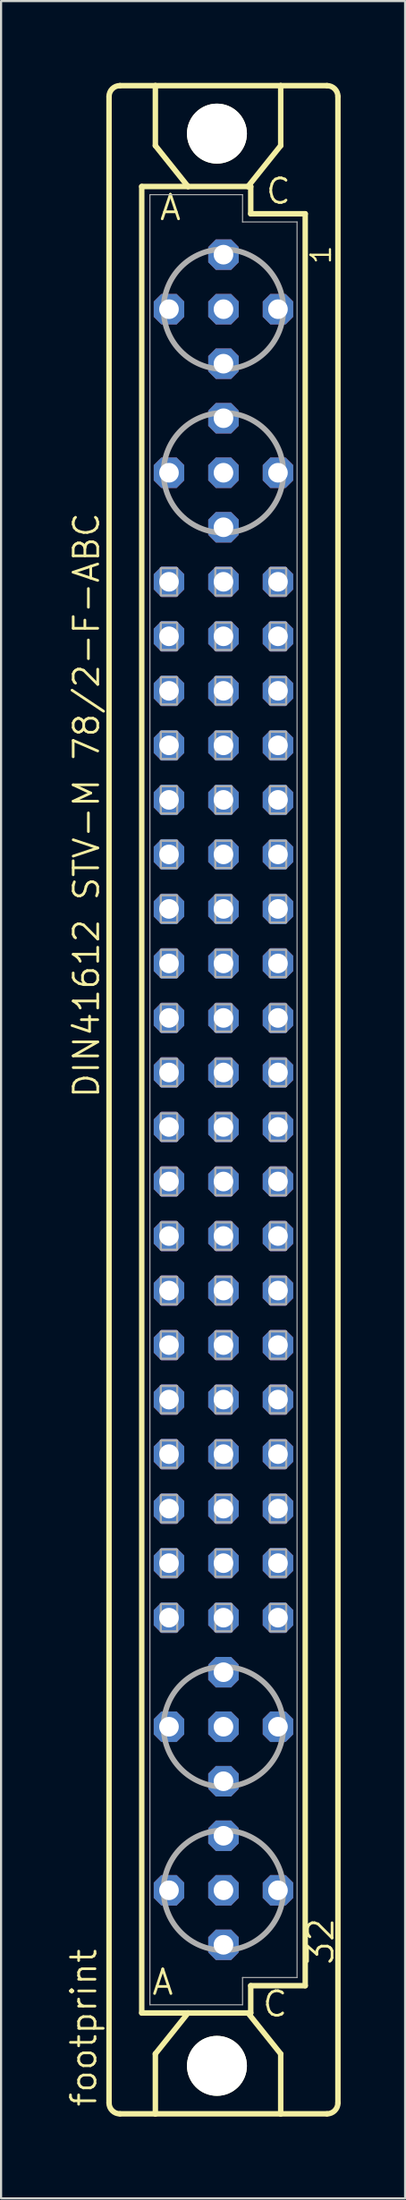
<source format=kicad_pcb>
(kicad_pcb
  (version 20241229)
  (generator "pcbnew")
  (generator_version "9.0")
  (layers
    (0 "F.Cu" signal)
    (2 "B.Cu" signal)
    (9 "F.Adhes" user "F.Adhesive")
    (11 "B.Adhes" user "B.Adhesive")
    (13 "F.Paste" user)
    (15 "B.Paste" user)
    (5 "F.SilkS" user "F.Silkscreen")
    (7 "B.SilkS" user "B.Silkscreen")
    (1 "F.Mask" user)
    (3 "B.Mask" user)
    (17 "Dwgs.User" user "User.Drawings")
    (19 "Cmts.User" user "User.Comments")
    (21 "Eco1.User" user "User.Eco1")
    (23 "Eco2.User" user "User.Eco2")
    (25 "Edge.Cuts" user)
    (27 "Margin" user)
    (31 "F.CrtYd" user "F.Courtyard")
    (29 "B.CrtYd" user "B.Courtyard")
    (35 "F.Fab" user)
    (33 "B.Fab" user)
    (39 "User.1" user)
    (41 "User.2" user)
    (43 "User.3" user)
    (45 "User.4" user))
  (footprint "footprint"
    (layer "F.Cu")
    (at 7.366 48.184)
    (property "Reference" "footprint" (at -5.842 46.99 90) (layer "F.SilkS") (effects (font (size 1.143 1.143) (thickness 0.127)) (justify left bottom)))
    (fp_line (start -5.334 46.736) (end -5.334 -46.736) (stroke (width 0.254) (type solid)) (layer "F.SilkS"))
    (fp_line (start -4.826 -47.244) (end -3.175 -47.244) (stroke (width 0.254) (type solid)) (layer "F.SilkS"))
    (fp_line (start -4.826 47.244) (end -3.175 47.244) (stroke (width 0.254) (type solid)) (layer "F.SilkS"))
    (fp_line (start -3.81 -42.545) (end -3.81 42.545) (stroke (width 0.254) (type solid)) (layer "F.SilkS"))
    (fp_line (start -3.81 42.545) (end -1.651 42.545) (stroke (width 0.254) (type solid)) (layer "F.SilkS"))
    (fp_line (start -3.175 -47.244) (end -3.175 -44.45) (stroke (width 0.254) (type solid)) (layer "F.SilkS"))
    (fp_line (start -3.175 47.244) (end -3.175 44.45) (stroke (width 0.254) (type solid)) (layer "F.SilkS"))
    (fp_line (start -3.175 47.244) (end 2.667 47.244) (stroke (width 0.254) (type solid)) (layer "F.SilkS"))
    (fp_line (start -1.651 -42.545) (end -3.81 -42.545) (stroke (width 0.254) (type solid)) (layer "F.SilkS"))
    (fp_line (start -1.651 -42.545) (end -3.175 -44.45) (stroke (width 0.254) (type solid)) (layer "F.SilkS"))
    (fp_line (start -1.651 42.545) (end -3.175 44.45) (stroke (width 0.254) (type solid)) (layer "F.SilkS"))
    (fp_line (start -1.651 42.545) (end 1.143 42.545) (stroke (width 0.254) (type solid)) (layer "F.SilkS"))
    (fp_line (start 1.143 -42.545) (end -1.651 -42.545) (stroke (width 0.254) (type solid)) (layer "F.SilkS"))
    (fp_line (start 1.143 -42.545) (end 2.667 -44.45) (stroke (width 0.254) (type solid)) (layer "F.SilkS"))
    (fp_line (start 1.143 42.545) (end 1.27 42.545) (stroke (width 0.254) (type solid)) (layer "F.SilkS"))
    (fp_line (start 1.143 42.545) (end 2.667 44.45) (stroke (width 0.254) (type solid)) (layer "F.SilkS"))
    (fp_line (start 1.27 -42.545) (end 1.143 -42.545) (stroke (width 0.254) (type solid)) (layer "F.SilkS"))
    (fp_line (start 1.27 -41.275) (end 1.27 -42.545) (stroke (width 0.254) (type solid)) (layer "F.SilkS"))
    (fp_line (start 1.27 41.275) (end 3.81 41.275) (stroke (width 0.254) (type solid)) (layer "F.SilkS"))
    (fp_line (start 1.27 42.545) (end 1.27 41.275) (stroke (width 0.254) (type solid)) (layer "F.SilkS"))
    (fp_line (start 2.667 -47.244) (end -3.175 -47.244) (stroke (width 0.254) (type solid)) (layer "F.SilkS"))
    (fp_line (start 2.667 -47.244) (end 2.667 -44.45) (stroke (width 0.254) (type solid)) (layer "F.SilkS"))
    (fp_line (start 2.667 47.244) (end 2.667 44.45) (stroke (width 0.254) (type solid)) (layer "F.SilkS"))
    (fp_line (start 2.667 47.244) (end 4.826 47.244) (stroke (width 0.254) (type solid)) (layer "F.SilkS"))
    (fp_line (start 3.81 -41.275) (end 1.27 -41.275) (stroke (width 0.254) (type solid)) (layer "F.SilkS"))
    (fp_line (start 3.81 41.275) (end 3.81 -41.275) (stroke (width 0.254) (type solid)) (layer "F.SilkS"))
    (fp_line (start 4.826 -47.244) (end 2.667 -47.244) (stroke (width 0.254) (type solid)) (layer "F.SilkS"))
    (fp_line (start 5.334 46.736) (end 5.334 -46.736) (stroke (width 0.254) (type solid)) (layer "F.SilkS"))
    (fp_arc (start -5.334 -46.736) (mid -5.18521 -47.09521) (end -4.826 -47.244) (stroke (width 0.254) (type solid)) (layer "F.SilkS"))
    (fp_arc (start -4.826 47.244) (mid -5.18521 47.09521) (end -5.334 46.736) (stroke (width 0.254) (type solid)) (layer "F.SilkS"))
    (fp_arc (start 4.826 -47.244) (mid 5.18521 -47.09521) (end 5.334 -46.736) (stroke (width 0.254) (type solid)) (layer "F.SilkS"))
    (fp_arc (start 5.334 46.736) (mid 5.18521 47.09521) (end 4.826 47.244) (stroke (width 0.254) (type solid)) (layer "F.SilkS"))
    (fp_circle (center -0.305 -45.009) (end 0.965 -45.009) (stroke (width 0.254) (type solid)) (fill no) (layer "F.SilkS"))
    (fp_circle (center -0.305 45.009) (end 0.965 45.009) (stroke (width 0.254) (type solid)) (fill no) (layer "F.SilkS"))
    (fp_line (start -3.429 -42.164) (end -3.429 42.164) (stroke (width 0.051) (type solid)) (layer "F.Fab"))
    (fp_line (start -3.429 -42.164) (end 0.889 -42.164) (stroke (width 0.051) (type solid)) (layer "F.Fab"))
    (fp_line (start -3.429 42.164) (end 0.889 42.164) (stroke (width 0.051) (type solid)) (layer "F.Fab"))
    (fp_line (start 0.889 -42.164) (end 0.889 -40.894) (stroke (width 0.051) (type solid)) (layer "F.Fab"))
    (fp_line (start 0.889 -40.894) (end 3.429 -40.894) (stroke (width 0.051) (type solid)) (layer "F.Fab"))
    (fp_line (start 0.889 40.894) (end 3.429 40.894) (stroke (width 0.051) (type solid)) (layer "F.Fab"))
    (fp_line (start 0.889 42.164) (end 0.889 40.894) (stroke (width 0.051) (type solid)) (layer "F.Fab"))
    (fp_line (start 3.429 -40.894) (end 3.429 40.894) (stroke (width 0.051) (type solid)) (layer "F.Fab"))
    (fp_circle (center 0 -36.83) (end 2.794 -36.83) (stroke (width 0.254) (type solid)) (fill no) (layer "F.Fab"))
    (fp_circle (center 0 -29.21) (end 2.794 -29.21) (stroke (width 0.254) (type solid)) (fill no) (layer "F.Fab"))
    (fp_circle (center 0 29.21) (end 2.794 29.21) (stroke (width 0.254) (type solid)) (fill no) (layer "F.Fab"))
    (fp_circle (center 0 36.83) (end 2.794 36.83) (stroke (width 0.254) (type solid)) (fill no) (layer "F.Fab"))
    (fp_poly (pts (xy -2.921 -23.495) (xy -2.159 -23.495) (xy -2.159 -24.765) (xy -2.921 -24.765)) (stroke (width 0.1) (type solid)) (fill no) (layer "F.Fab"))
    (fp_poly (pts (xy -2.921 -20.955) (xy -2.159 -20.955) (xy -2.159 -22.225) (xy -2.921 -22.225)) (stroke (width 0.1) (type solid)) (fill no) (layer "F.Fab"))
    (fp_poly (pts (xy -2.921 -18.415) (xy -2.159 -18.415) (xy -2.159 -19.685) (xy -2.921 -19.685)) (stroke (width 0.1) (type solid)) (fill no) (layer "F.Fab"))
    (fp_poly (pts (xy -2.921 -15.875) (xy -2.159 -15.875) (xy -2.159 -17.145) (xy -2.921 -17.145)) (stroke (width 0.1) (type solid)) (fill no) (layer "F.Fab"))
    (fp_poly (pts (xy -2.921 -13.335) (xy -2.159 -13.335) (xy -2.159 -14.605) (xy -2.921 -14.605)) (stroke (width 0.1) (type solid)) (fill no) (layer "F.Fab"))
    (fp_poly (pts (xy -2.921 -10.795) (xy -2.159 -10.795) (xy -2.159 -12.065) (xy -2.921 -12.065)) (stroke (width 0.1) (type solid)) (fill no) (layer "F.Fab"))
    (fp_poly (pts (xy -2.921 -8.255) (xy -2.159 -8.255) (xy -2.159 -9.525) (xy -2.921 -9.525)) (stroke (width 0.1) (type solid)) (fill no) (layer "F.Fab"))
    (fp_poly (pts (xy -2.921 -5.715) (xy -2.159 -5.715) (xy -2.159 -6.985) (xy -2.921 -6.985)) (stroke (width 0.1) (type solid)) (fill no) (layer "F.Fab"))
    (fp_poly (pts (xy -2.921 -3.175) (xy -2.159 -3.175) (xy -2.159 -4.445) (xy -2.921 -4.445)) (stroke (width 0.1) (type solid)) (fill no) (layer "F.Fab"))
    (fp_poly (pts (xy -2.921 -0.635) (xy -2.159 -0.635) (xy -2.159 -1.905) (xy -2.921 -1.905)) (stroke (width 0.1) (type solid)) (fill no) (layer "F.Fab"))
    (fp_poly (pts (xy -2.921 1.905) (xy -2.159 1.905) (xy -2.159 0.635) (xy -2.921 0.635)) (stroke (width 0.1) (type solid)) (fill no) (layer "F.Fab"))
    (fp_poly (pts (xy -2.921 4.445) (xy -2.159 4.445) (xy -2.159 3.175) (xy -2.921 3.175)) (stroke (width 0.1) (type solid)) (fill no) (layer "F.Fab"))
    (fp_poly (pts (xy -2.921 6.985) (xy -2.159 6.985) (xy -2.159 5.715) (xy -2.921 5.715)) (stroke (width 0.1) (type solid)) (fill no) (layer "F.Fab"))
    (fp_poly (pts (xy -2.921 9.525) (xy -2.159 9.525) (xy -2.159 8.255) (xy -2.921 8.255)) (stroke (width 0.1) (type solid)) (fill no) (layer "F.Fab"))
    (fp_poly (pts (xy -2.921 12.065) (xy -2.159 12.065) (xy -2.159 10.795) (xy -2.921 10.795)) (stroke (width 0.1) (type solid)) (fill no) (layer "F.Fab"))
    (fp_poly (pts (xy -2.921 14.605) (xy -2.159 14.605) (xy -2.159 13.335) (xy -2.921 13.335)) (stroke (width 0.1) (type solid)) (fill no) (layer "F.Fab"))
    (fp_poly (pts (xy -2.921 17.145) (xy -2.159 17.145) (xy -2.159 15.875) (xy -2.921 15.875)) (stroke (width 0.1) (type solid)) (fill no) (layer "F.Fab"))
    (fp_poly (pts (xy -2.921 19.685) (xy -2.159 19.685) (xy -2.159 18.415) (xy -2.921 18.415)) (stroke (width 0.1) (type solid)) (fill no) (layer "F.Fab"))
    (fp_poly (pts (xy -2.921 22.225) (xy -2.159 22.225) (xy -2.159 20.955) (xy -2.921 20.955)) (stroke (width 0.1) (type solid)) (fill no) (layer "F.Fab"))
    (fp_poly (pts (xy -2.921 24.765) (xy -2.159 24.765) (xy -2.159 23.495) (xy -2.921 23.495)) (stroke (width 0.1) (type solid)) (fill no) (layer "F.Fab"))
    (fp_poly (pts (xy -0.381 -23.495) (xy 0.381 -23.495) (xy 0.381 -24.765) (xy -0.381 -24.765)) (stroke (width 0.1) (type solid)) (fill no) (layer "F.Fab"))
    (fp_poly (pts (xy -0.381 -20.955) (xy 0.381 -20.955) (xy 0.381 -22.225) (xy -0.381 -22.225)) (stroke (width 0.1) (type solid)) (fill no) (layer "F.Fab"))
    (fp_poly (pts (xy -0.381 -18.415) (xy 0.381 -18.415) (xy 0.381 -19.685) (xy -0.381 -19.685)) (stroke (width 0.1) (type solid)) (fill no) (layer "F.Fab"))
    (fp_poly (pts (xy -0.381 -15.875) (xy 0.381 -15.875) (xy 0.381 -17.145) (xy -0.381 -17.145)) (stroke (width 0.1) (type solid)) (fill no) (layer "F.Fab"))
    (fp_poly (pts (xy -0.381 -13.335) (xy 0.381 -13.335) (xy 0.381 -14.605) (xy -0.381 -14.605)) (stroke (width 0.1) (type solid)) (fill no) (layer "F.Fab"))
    (fp_poly (pts (xy -0.381 -10.795) (xy 0.381 -10.795) (xy 0.381 -12.065) (xy -0.381 -12.065)) (stroke (width 0.1) (type solid)) (fill no) (layer "F.Fab"))
    (fp_poly (pts (xy -0.381 -8.255) (xy 0.381 -8.255) (xy 0.381 -9.525) (xy -0.381 -9.525)) (stroke (width 0.1) (type solid)) (fill no) (layer "F.Fab"))
    (fp_poly (pts (xy -0.381 -5.715) (xy 0.381 -5.715) (xy 0.381 -6.985) (xy -0.381 -6.985)) (stroke (width 0.1) (type solid)) (fill no) (layer "F.Fab"))
    (fp_poly (pts (xy -0.381 -3.175) (xy 0.381 -3.175) (xy 0.381 -4.445) (xy -0.381 -4.445)) (stroke (width 0.1) (type solid)) (fill no) (layer "F.Fab"))
    (fp_poly (pts (xy -0.381 -0.635) (xy 0.381 -0.635) (xy 0.381 -1.905) (xy -0.381 -1.905)) (stroke (width 0.1) (type solid)) (fill no) (layer "F.Fab"))
    (fp_poly (pts (xy -0.381 1.905) (xy 0.381 1.905) (xy 0.381 0.635) (xy -0.381 0.635)) (stroke (width 0.1) (type solid)) (fill no) (layer "F.Fab"))
    (fp_poly (pts (xy -0.381 4.445) (xy 0.381 4.445) (xy 0.381 3.175) (xy -0.381 3.175)) (stroke (width 0.1) (type solid)) (fill no) (layer "F.Fab"))
    (fp_poly (pts (xy -0.381 6.985) (xy 0.381 6.985) (xy 0.381 5.715) (xy -0.381 5.715)) (stroke (width 0.1) (type solid)) (fill no) (layer "F.Fab"))
    (fp_poly (pts (xy -0.381 9.525) (xy 0.381 9.525) (xy 0.381 8.255) (xy -0.381 8.255)) (stroke (width 0.1) (type solid)) (fill no) (layer "F.Fab"))
    (fp_poly (pts (xy -0.381 12.065) (xy 0.381 12.065) (xy 0.381 10.795) (xy -0.381 10.795)) (stroke (width 0.1) (type solid)) (fill no) (layer "F.Fab"))
    (fp_poly (pts (xy -0.381 14.605) (xy 0.381 14.605) (xy 0.381 13.335) (xy -0.381 13.335)) (stroke (width 0.1) (type solid)) (fill no) (layer "F.Fab"))
    (fp_poly (pts (xy -0.381 17.145) (xy 0.381 17.145) (xy 0.381 15.875) (xy -0.381 15.875)) (stroke (width 0.1) (type solid)) (fill no) (layer "F.Fab"))
    (fp_poly (pts (xy -0.381 19.685) (xy 0.381 19.685) (xy 0.381 18.415) (xy -0.381 18.415)) (stroke (width 0.1) (type solid)) (fill no) (layer "F.Fab"))
    (fp_poly (pts (xy -0.381 22.225) (xy 0.381 22.225) (xy 0.381 20.955) (xy -0.381 20.955)) (stroke (width 0.1) (type solid)) (fill no) (layer "F.Fab"))
    (fp_poly (pts (xy -0.381 24.765) (xy 0.381 24.765) (xy 0.381 23.495) (xy -0.381 23.495)) (stroke (width 0.1) (type solid)) (fill no) (layer "F.Fab"))
    (fp_poly (pts (xy 2.159 -23.495) (xy 2.921 -23.495) (xy 2.921 -24.765) (xy 2.159 -24.765)) (stroke (width 0.1) (type solid)) (fill no) (layer "F.Fab"))
    (fp_poly (pts (xy 2.159 -20.955) (xy 2.921 -20.955) (xy 2.921 -22.225) (xy 2.159 -22.225)) (stroke (width 0.1) (type solid)) (fill no) (layer "F.Fab"))
    (fp_poly (pts (xy 2.159 -18.415) (xy 2.921 -18.415) (xy 2.921 -19.685) (xy 2.159 -19.685)) (stroke (width 0.1) (type solid)) (fill no) (layer "F.Fab"))
    (fp_poly (pts (xy 2.159 -15.875) (xy 2.921 -15.875) (xy 2.921 -17.145) (xy 2.159 -17.145)) (stroke (width 0.1) (type solid)) (fill no) (layer "F.Fab"))
    (fp_poly (pts (xy 2.159 -13.335) (xy 2.921 -13.335) (xy 2.921 -14.605) (xy 2.159 -14.605)) (stroke (width 0.1) (type solid)) (fill no) (layer "F.Fab"))
    (fp_poly (pts (xy 2.159 -10.795) (xy 2.921 -10.795) (xy 2.921 -12.065) (xy 2.159 -12.065)) (stroke (width 0.1) (type solid)) (fill no) (layer "F.Fab"))
    (fp_poly (pts (xy 2.159 -8.255) (xy 2.921 -8.255) (xy 2.921 -9.525) (xy 2.159 -9.525)) (stroke (width 0.1) (type solid)) (fill no) (layer "F.Fab"))
    (fp_poly (pts (xy 2.159 -5.715) (xy 2.921 -5.715) (xy 2.921 -6.985) (xy 2.159 -6.985)) (stroke (width 0.1) (type solid)) (fill no) (layer "F.Fab"))
    (fp_poly (pts (xy 2.159 -3.175) (xy 2.921 -3.175) (xy 2.921 -4.445) (xy 2.159 -4.445)) (stroke (width 0.1) (type solid)) (fill no) (layer "F.Fab"))
    (fp_poly (pts (xy 2.159 -0.635) (xy 2.921 -0.635) (xy 2.921 -1.905) (xy 2.159 -1.905)) (stroke (width 0.1) (type solid)) (fill no) (layer "F.Fab"))
    (fp_poly (pts (xy 2.159 1.905) (xy 2.921 1.905) (xy 2.921 0.635) (xy 2.159 0.635)) (stroke (width 0.1) (type solid)) (fill no) (layer "F.Fab"))
    (fp_poly (pts (xy 2.159 4.445) (xy 2.921 4.445) (xy 2.921 3.175) (xy 2.159 3.175)) (stroke (width 0.1) (type solid)) (fill no) (layer "F.Fab"))
    (fp_poly (pts (xy 2.159 6.985) (xy 2.921 6.985) (xy 2.921 5.715) (xy 2.159 5.715)) (stroke (width 0.1) (type solid)) (fill no) (layer "F.Fab"))
    (fp_poly (pts (xy 2.159 9.525) (xy 2.921 9.525) (xy 2.921 8.255) (xy 2.159 8.255)) (stroke (width 0.1) (type solid)) (fill no) (layer "F.Fab"))
    (fp_poly (pts (xy 2.159 12.065) (xy 2.921 12.065) (xy 2.921 10.795) (xy 2.159 10.795)) (stroke (width 0.1) (type solid)) (fill no) (layer "F.Fab"))
    (fp_poly (pts (xy 2.159 14.605) (xy 2.921 14.605) (xy 2.921 13.335) (xy 2.159 13.335)) (stroke (width 0.1) (type solid)) (fill no) (layer "F.Fab"))
    (fp_poly (pts (xy 2.159 17.145) (xy 2.921 17.145) (xy 2.921 15.875) (xy 2.159 15.875)) (stroke (width 0.1) (type solid)) (fill no) (layer "F.Fab"))
    (fp_poly (pts (xy 2.159 19.685) (xy 2.921 19.685) (xy 2.921 18.415) (xy 2.159 18.415)) (stroke (width 0.1) (type solid)) (fill no) (layer "F.Fab"))
    (fp_poly (pts (xy 2.159 22.225) (xy 2.921 22.225) (xy 2.921 20.955) (xy 2.159 20.955)) (stroke (width 0.1) (type solid)) (fill no) (layer "F.Fab"))
    (fp_poly (pts (xy 2.159 24.765) (xy 2.921 24.765) (xy 2.921 23.495) (xy 2.159 23.495)) (stroke (width 0.1) (type solid)) (fill no) (layer "F.Fab"))
    (fp_text user "C" (at 1.905 -41.656 0) (layer "F.SilkS") (effects (font (size 1.143 1.143) (thickness 0.127)) (justify left bottom)))
    (fp_text user "1" (at 5.08 -38.862 90) (layer "F.SilkS") (effects (font (size 0.914 0.914) (thickness 0.102)) (justify left bottom)))
    (fp_text user " A " (at -4.275 41.783 0) (layer "F.SilkS") (effects (font (size 1.143 1.143) (thickness 0.127)) (justify left bottom)))
    (fp_text user " C " (at 0.878 42.799 0) (layer "F.SilkS") (effects (font (size 1.143 1.143) (thickness 0.127)) (justify left bottom)))
    (fp_text user "DIN41612 STV-M 78/2-F-ABC" (at -5.715 0 90) (layer "F.SilkS") (effects (font (size 1.143 1.143) (thickness 0.127)) (justify left bottom)))
    (fp_text user "A" (at -3.048 -40.894 0) (layer "F.SilkS") (effects (font (size 1.143 1.143) (thickness 0.127)) (justify left bottom)))
    (fp_text user "32" (at 5.207 40.386 90) (layer "F.SilkS") (effects (font (size 1.143 1.143) (thickness 0.127)) (justify left bottom)))
    (pad "" np_thru_hole circle (at -0.305 -45.009) (size 2.794 2.794) (drill 2.794) (layers "*.Cu" "*.Mask"))
    (pad "" np_thru_hole circle (at -0.305 45.009) (size 2.794 2.794) (drill 2.794) (layers "*.Cu" "*.Mask"))
    (pad "A2" thru_hole roundrect (at -2.54 -36.83) (size 1.422 1.422) (drill 0.914) (layers "*.Cu" "*.Mask") (roundrect_rratio 0.25) (chamfer_ratio 0.25) (chamfer top_left top_right bottom_left bottom_right))
    (pad "A5" thru_hole roundrect (at -2.54 -29.21) (size 1.422 1.422) (drill 0.914) (layers "*.Cu" "*.Mask") (roundrect_rratio 0.25) (chamfer_ratio 0.25) (chamfer top_left top_right bottom_left bottom_right))
    (pad "A7" thru_hole roundrect (at -2.54 -24.13) (size 1.422 1.422) (drill 0.914) (layers "*.Cu" "*.Mask") (roundrect_rratio 0.25) (chamfer_ratio 0.25) (chamfer top_left top_right bottom_left bottom_right))
    (pad "A8" thru_hole roundrect (at -2.54 -21.59) (size 1.422 1.422) (drill 0.914) (layers "*.Cu" "*.Mask") (roundrect_rratio 0.25) (chamfer_ratio 0.25) (chamfer top_left top_right bottom_left bottom_right))
    (pad "A9" thru_hole roundrect (at -2.54 -19.05) (size 1.422 1.422) (drill 0.914) (layers "*.Cu" "*.Mask") (roundrect_rratio 0.25) (chamfer_ratio 0.25) (chamfer top_left top_right bottom_left bottom_right))
    (pad "A10" thru_hole roundrect (at -2.54 -16.51) (size 1.422 1.422) (drill 0.914) (layers "*.Cu" "*.Mask") (roundrect_rratio 0.25) (chamfer_ratio 0.25) (chamfer top_left top_right bottom_left bottom_right))
    (pad "A11" thru_hole roundrect (at -2.54 -13.97) (size 1.422 1.422) (drill 0.914) (layers "*.Cu" "*.Mask") (roundrect_rratio 0.25) (chamfer_ratio 0.25) (chamfer top_left top_right bottom_left bottom_right))
    (pad "A12" thru_hole roundrect (at -2.54 -11.43) (size 1.422 1.422) (drill 0.914) (layers "*.Cu" "*.Mask") (roundrect_rratio 0.25) (chamfer_ratio 0.25) (chamfer top_left top_right bottom_left bottom_right))
    (pad "A13" thru_hole roundrect (at -2.54 -8.89) (size 1.422 1.422) (drill 0.914) (layers "*.Cu" "*.Mask") (roundrect_rratio 0.25) (chamfer_ratio 0.25) (chamfer top_left top_right bottom_left bottom_right))
    (pad "A14" thru_hole roundrect (at -2.54 -6.35) (size 1.422 1.422) (drill 0.914) (layers "*.Cu" "*.Mask") (roundrect_rratio 0.25) (chamfer_ratio 0.25) (chamfer top_left top_right bottom_left bottom_right))
    (pad "A15" thru_hole roundrect (at -2.54 -3.81) (size 1.422 1.422) (drill 0.914) (layers "*.Cu" "*.Mask") (roundrect_rratio 0.25) (chamfer_ratio 0.25) (chamfer top_left top_right bottom_left bottom_right))
    (pad "A16" thru_hole roundrect (at -2.54 -1.27) (size 1.422 1.422) (drill 0.914) (layers "*.Cu" "*.Mask") (roundrect_rratio 0.25) (chamfer_ratio 0.25) (chamfer top_left top_right bottom_left bottom_right))
    (pad "A17" thru_hole roundrect (at -2.54 1.27) (size 1.422 1.422) (drill 0.914) (layers "*.Cu" "*.Mask") (roundrect_rratio 0.25) (chamfer_ratio 0.25) (chamfer top_left top_right bottom_left bottom_right))
    (pad "A18" thru_hole roundrect (at -2.54 3.81) (size 1.422 1.422) (drill 0.914) (layers "*.Cu" "*.Mask") (roundrect_rratio 0.25) (chamfer_ratio 0.25) (chamfer top_left top_right bottom_left bottom_right))
    (pad "A19" thru_hole roundrect (at -2.54 6.35) (size 1.422 1.422) (drill 0.914) (layers "*.Cu" "*.Mask") (roundrect_rratio 0.25) (chamfer_ratio 0.25) (chamfer top_left top_right bottom_left bottom_right))
    (pad "A20" thru_hole roundrect (at -2.54 8.89) (size 1.422 1.422) (drill 0.914) (layers "*.Cu" "*.Mask") (roundrect_rratio 0.25) (chamfer_ratio 0.25) (chamfer top_left top_right bottom_left bottom_right))
    (pad "A21" thru_hole roundrect (at -2.54 11.43) (size 1.422 1.422) (drill 0.914) (layers "*.Cu" "*.Mask") (roundrect_rratio 0.25) (chamfer_ratio 0.25) (chamfer top_left top_right bottom_left bottom_right))
    (pad "A22" thru_hole roundrect (at -2.54 13.97) (size 1.422 1.422) (drill 0.914) (layers "*.Cu" "*.Mask") (roundrect_rratio 0.25) (chamfer_ratio 0.25) (chamfer top_left top_right bottom_left bottom_right))
    (pad "A23" thru_hole roundrect (at -2.54 16.51) (size 1.422 1.422) (drill 0.914) (layers "*.Cu" "*.Mask") (roundrect_rratio 0.25) (chamfer_ratio 0.25) (chamfer top_left top_right bottom_left bottom_right))
    (pad "A24" thru_hole roundrect (at -2.54 19.05) (size 1.422 1.422) (drill 0.914) (layers "*.Cu" "*.Mask") (roundrect_rratio 0.25) (chamfer_ratio 0.25) (chamfer top_left top_right bottom_left bottom_right))
    (pad "A25" thru_hole roundrect (at -2.54 21.59) (size 1.422 1.422) (drill 0.914) (layers "*.Cu" "*.Mask") (roundrect_rratio 0.25) (chamfer_ratio 0.25) (chamfer top_left top_right bottom_left bottom_right))
    (pad "A26" thru_hole roundrect (at -2.54 24.13) (size 1.422 1.422) (drill 0.914) (layers "*.Cu" "*.Mask") (roundrect_rratio 0.25) (chamfer_ratio 0.25) (chamfer top_left top_right bottom_left bottom_right))
    (pad "A28" thru_hole roundrect (at -2.54 29.21) (size 1.422 1.422) (drill 0.914) (layers "*.Cu" "*.Mask") (roundrect_rratio 0.25) (chamfer_ratio 0.25) (chamfer top_left top_right bottom_left bottom_right))
    (pad "A31" thru_hole roundrect (at -2.54 36.83) (size 1.422 1.422) (drill 0.914) (layers "*.Cu" "*.Mask") (roundrect_rratio 0.25) (chamfer_ratio 0.25) (chamfer top_left top_right bottom_left bottom_right))
    (pad "B1" thru_hole roundrect (at 0 -39.37) (size 1.422 1.422) (drill 0.914) (layers "*.Cu" "*.Mask") (roundrect_rratio 0.25) (chamfer_ratio 0.25) (chamfer top_left top_right bottom_left bottom_right))
    (pad "B2" thru_hole roundrect (at 0 -36.83) (size 1.422 1.422) (drill 0.914) (layers "*.Cu" "*.Mask") (roundrect_rratio 0.25) (chamfer_ratio 0.25) (chamfer top_left top_right bottom_left bottom_right))
    (pad "B3" thru_hole roundrect (at 0 -34.29) (size 1.422 1.422) (drill 0.914) (layers "*.Cu" "*.Mask") (roundrect_rratio 0.25) (chamfer_ratio 0.25) (chamfer top_left top_right bottom_left bottom_right))
    (pad "B4" thru_hole roundrect (at 0 -31.75) (size 1.422 1.422) (drill 0.914) (layers "*.Cu" "*.Mask") (roundrect_rratio 0.25) (chamfer_ratio 0.25) (chamfer top_left top_right bottom_left bottom_right))
    (pad "B5" thru_hole roundrect (at 0 -29.21) (size 1.422 1.422) (drill 0.914) (layers "*.Cu" "*.Mask") (roundrect_rratio 0.25) (chamfer_ratio 0.25) (chamfer top_left top_right bottom_left bottom_right))
    (pad "B6" thru_hole roundrect (at 0 -26.67) (size 1.422 1.422) (drill 0.914) (layers "*.Cu" "*.Mask") (roundrect_rratio 0.25) (chamfer_ratio 0.25) (chamfer top_left top_right bottom_left bottom_right))
    (pad "B7" thru_hole roundrect (at 0 -24.13) (size 1.422 1.422) (drill 0.914) (layers "*.Cu" "*.Mask") (roundrect_rratio 0.25) (chamfer_ratio 0.25) (chamfer top_left top_right bottom_left bottom_right))
    (pad "B8" thru_hole roundrect (at 0 -21.59) (size 1.422 1.422) (drill 0.914) (layers "*.Cu" "*.Mask") (roundrect_rratio 0.25) (chamfer_ratio 0.25) (chamfer top_left top_right bottom_left bottom_right))
    (pad "B9" thru_hole roundrect (at 0 -19.05) (size 1.422 1.422) (drill 0.914) (layers "*.Cu" "*.Mask") (roundrect_rratio 0.25) (chamfer_ratio 0.25) (chamfer top_left top_right bottom_left bottom_right))
    (pad "B10" thru_hole roundrect (at 0 -16.51) (size 1.422 1.422) (drill 0.914) (layers "*.Cu" "*.Mask") (roundrect_rratio 0.25) (chamfer_ratio 0.25) (chamfer top_left top_right bottom_left bottom_right))
    (pad "B11" thru_hole roundrect (at 0 -13.97) (size 1.422 1.422) (drill 0.914) (layers "*.Cu" "*.Mask") (roundrect_rratio 0.25) (chamfer_ratio 0.25) (chamfer top_left top_right bottom_left bottom_right))
    (pad "B12" thru_hole roundrect (at 0 -11.43) (size 1.422 1.422) (drill 0.914) (layers "*.Cu" "*.Mask") (roundrect_rratio 0.25) (chamfer_ratio 0.25) (chamfer top_left top_right bottom_left bottom_right))
    (pad "B13" thru_hole roundrect (at 0 -8.89) (size 1.422 1.422) (drill 0.914) (layers "*.Cu" "*.Mask") (roundrect_rratio 0.25) (chamfer_ratio 0.25) (chamfer top_left top_right bottom_left bottom_right))
    (pad "B14" thru_hole roundrect (at 0 -6.35) (size 1.422 1.422) (drill 0.914) (layers "*.Cu" "*.Mask") (roundrect_rratio 0.25) (chamfer_ratio 0.25) (chamfer top_left top_right bottom_left bottom_right))
    (pad "B15" thru_hole roundrect (at 0 -3.81) (size 1.422 1.422) (drill 0.914) (layers "*.Cu" "*.Mask") (roundrect_rratio 0.25) (chamfer_ratio 0.25) (chamfer top_left top_right bottom_left bottom_right))
    (pad "B16" thru_hole roundrect (at 0 -1.27) (size 1.422 1.422) (drill 0.914) (layers "*.Cu" "*.Mask") (roundrect_rratio 0.25) (chamfer_ratio 0.25) (chamfer top_left top_right bottom_left bottom_right))
    (pad "B17" thru_hole roundrect (at 0 1.27) (size 1.422 1.422) (drill 0.914) (layers "*.Cu" "*.Mask") (roundrect_rratio 0.25) (chamfer_ratio 0.25) (chamfer top_left top_right bottom_left bottom_right))
    (pad "B18" thru_hole roundrect (at 0 3.81) (size 1.422 1.422) (drill 0.914) (layers "*.Cu" "*.Mask") (roundrect_rratio 0.25) (chamfer_ratio 0.25) (chamfer top_left top_right bottom_left bottom_right))
    (pad "B19" thru_hole roundrect (at 0 6.35) (size 1.422 1.422) (drill 0.914) (layers "*.Cu" "*.Mask") (roundrect_rratio 0.25) (chamfer_ratio 0.25) (chamfer top_left top_right bottom_left bottom_right))
    (pad "B20" thru_hole roundrect (at 0 8.89) (size 1.422 1.422) (drill 0.914) (layers "*.Cu" "*.Mask") (roundrect_rratio 0.25) (chamfer_ratio 0.25) (chamfer top_left top_right bottom_left bottom_right))
    (pad "B21" thru_hole roundrect (at 0 11.43) (size 1.422 1.422) (drill 0.914) (layers "*.Cu" "*.Mask") (roundrect_rratio 0.25) (chamfer_ratio 0.25) (chamfer top_left top_right bottom_left bottom_right))
    (pad "B22" thru_hole roundrect (at 0 13.97) (size 1.422 1.422) (drill 0.914) (layers "*.Cu" "*.Mask") (roundrect_rratio 0.25) (chamfer_ratio 0.25) (chamfer top_left top_right bottom_left bottom_right))
    (pad "B23" thru_hole roundrect (at 0 16.51) (size 1.422 1.422) (drill 0.914) (layers "*.Cu" "*.Mask") (roundrect_rratio 0.25) (chamfer_ratio 0.25) (chamfer top_left top_right bottom_left bottom_right))
    (pad "B24" thru_hole roundrect (at 0 19.05) (size 1.422 1.422) (drill 0.914) (layers "*.Cu" "*.Mask") (roundrect_rratio 0.25) (chamfer_ratio 0.25) (chamfer top_left top_right bottom_left bottom_right))
    (pad "B25" thru_hole roundrect (at 0 21.59) (size 1.422 1.422) (drill 0.914) (layers "*.Cu" "*.Mask") (roundrect_rratio 0.25) (chamfer_ratio 0.25) (chamfer top_left top_right bottom_left bottom_right))
    (pad "B26" thru_hole roundrect (at 0 24.13) (size 1.422 1.422) (drill 0.914) (layers "*.Cu" "*.Mask") (roundrect_rratio 0.25) (chamfer_ratio 0.25) (chamfer top_left top_right bottom_left bottom_right))
    (pad "B27" thru_hole roundrect (at 0 26.67) (size 1.422 1.422) (drill 0.914) (layers "*.Cu" "*.Mask") (roundrect_rratio 0.25) (chamfer_ratio 0.25) (chamfer top_left top_right bottom_left bottom_right))
    (pad "B28" thru_hole roundrect (at 0 29.21) (size 1.422 1.422) (drill 0.914) (layers "*.Cu" "*.Mask") (roundrect_rratio 0.25) (chamfer_ratio 0.25) (chamfer top_left top_right bottom_left bottom_right))
    (pad "B29" thru_hole roundrect (at 0 31.75) (size 1.422 1.422) (drill 0.914) (layers "*.Cu" "*.Mask") (roundrect_rratio 0.25) (chamfer_ratio 0.25) (chamfer top_left top_right bottom_left bottom_right))
    (pad "B30" thru_hole roundrect (at 0 34.29) (size 1.422 1.422) (drill 0.914) (layers "*.Cu" "*.Mask") (roundrect_rratio 0.25) (chamfer_ratio 0.25) (chamfer top_left top_right bottom_left bottom_right))
    (pad "B31" thru_hole roundrect (at 0 36.83) (size 1.422 1.422) (drill 0.914) (layers "*.Cu" "*.Mask") (roundrect_rratio 0.25) (chamfer_ratio 0.25) (chamfer top_left top_right bottom_left bottom_right))
    (pad "B32" thru_hole roundrect (at 0 39.37) (size 1.422 1.422) (drill 0.914) (layers "*.Cu" "*.Mask") (roundrect_rratio 0.25) (chamfer_ratio 0.25) (chamfer top_left top_right bottom_left bottom_right))
    (pad "C2" thru_hole roundrect (at 2.54 -36.83) (size 1.422 1.422) (drill 0.914) (layers "*.Cu" "*.Mask") (roundrect_rratio 0.25) (chamfer_ratio 0.25) (chamfer top_left top_right bottom_left bottom_right))
    (pad "C5" thru_hole roundrect (at 2.54 -29.21) (size 1.422 1.422) (drill 0.914) (layers "*.Cu" "*.Mask") (roundrect_rratio 0.25) (chamfer_ratio 0.25) (chamfer top_left top_right bottom_left bottom_right))
    (pad "C7" thru_hole roundrect (at 2.54 -24.13) (size 1.422 1.422) (drill 0.914) (layers "*.Cu" "*.Mask") (roundrect_rratio 0.25) (chamfer_ratio 0.25) (chamfer top_left top_right bottom_left bottom_right))
    (pad "C8" thru_hole roundrect (at 2.54 -21.59) (size 1.422 1.422) (drill 0.914) (layers "*.Cu" "*.Mask") (roundrect_rratio 0.25) (chamfer_ratio 0.25) (chamfer top_left top_right bottom_left bottom_right))
    (pad "C9" thru_hole roundrect (at 2.54 -19.05) (size 1.422 1.422) (drill 0.914) (layers "*.Cu" "*.Mask") (roundrect_rratio 0.25) (chamfer_ratio 0.25) (chamfer top_left top_right bottom_left bottom_right))
    (pad "C10" thru_hole roundrect (at 2.54 -16.51) (size 1.422 1.422) (drill 0.914) (layers "*.Cu" "*.Mask") (roundrect_rratio 0.25) (chamfer_ratio 0.25) (chamfer top_left top_right bottom_left bottom_right))
    (pad "C11" thru_hole roundrect (at 2.54 -13.97) (size 1.422 1.422) (drill 0.914) (layers "*.Cu" "*.Mask") (roundrect_rratio 0.25) (chamfer_ratio 0.25) (chamfer top_left top_right bottom_left bottom_right))
    (pad "C12" thru_hole roundrect (at 2.54 -11.43) (size 1.422 1.422) (drill 0.914) (layers "*.Cu" "*.Mask") (roundrect_rratio 0.25) (chamfer_ratio 0.25) (chamfer top_left top_right bottom_left bottom_right))
    (pad "C13" thru_hole roundrect (at 2.54 -8.89) (size 1.422 1.422) (drill 0.914) (layers "*.Cu" "*.Mask") (roundrect_rratio 0.25) (chamfer_ratio 0.25) (chamfer top_left top_right bottom_left bottom_right))
    (pad "C14" thru_hole roundrect (at 2.54 -6.35) (size 1.422 1.422) (drill 0.914) (layers "*.Cu" "*.Mask") (roundrect_rratio 0.25) (chamfer_ratio 0.25) (chamfer top_left top_right bottom_left bottom_right))
    (pad "C15" thru_hole roundrect (at 2.54 -3.81) (size 1.422 1.422) (drill 0.914) (layers "*.Cu" "*.Mask") (roundrect_rratio 0.25) (chamfer_ratio 0.25) (chamfer top_left top_right bottom_left bottom_right))
    (pad "C16" thru_hole roundrect (at 2.54 -1.27) (size 1.422 1.422) (drill 0.914) (layers "*.Cu" "*.Mask") (roundrect_rratio 0.25) (chamfer_ratio 0.25) (chamfer top_left top_right bottom_left bottom_right))
    (pad "C17" thru_hole roundrect (at 2.54 1.27) (size 1.422 1.422) (drill 0.914) (layers "*.Cu" "*.Mask") (roundrect_rratio 0.25) (chamfer_ratio 0.25) (chamfer top_left top_right bottom_left bottom_right))
    (pad "C18" thru_hole roundrect (at 2.54 3.81) (size 1.422 1.422) (drill 0.914) (layers "*.Cu" "*.Mask") (roundrect_rratio 0.25) (chamfer_ratio 0.25) (chamfer top_left top_right bottom_left bottom_right))
    (pad "C19" thru_hole roundrect (at 2.54 6.35) (size 1.422 1.422) (drill 0.914) (layers "*.Cu" "*.Mask") (roundrect_rratio 0.25) (chamfer_ratio 0.25) (chamfer top_left top_right bottom_left bottom_right))
    (pad "C20" thru_hole roundrect (at 2.54 8.89) (size 1.422 1.422) (drill 0.914) (layers "*.Cu" "*.Mask") (roundrect_rratio 0.25) (chamfer_ratio 0.25) (chamfer top_left top_right bottom_left bottom_right))
    (pad "C21" thru_hole roundrect (at 2.54 11.43) (size 1.422 1.422) (drill 0.914) (layers "*.Cu" "*.Mask") (roundrect_rratio 0.25) (chamfer_ratio 0.25) (chamfer top_left top_right bottom_left bottom_right))
    (pad "C22" thru_hole roundrect (at 2.54 13.97) (size 1.422 1.422) (drill 0.914) (layers "*.Cu" "*.Mask") (roundrect_rratio 0.25) (chamfer_ratio 0.25) (chamfer top_left top_right bottom_left bottom_right))
    (pad "C23" thru_hole roundrect (at 2.54 16.51) (size 1.422 1.422) (drill 0.914) (layers "*.Cu" "*.Mask") (roundrect_rratio 0.25) (chamfer_ratio 0.25) (chamfer top_left top_right bottom_left bottom_right))
    (pad "C24" thru_hole roundrect (at 2.54 19.05) (size 1.422 1.422) (drill 0.914) (layers "*.Cu" "*.Mask") (roundrect_rratio 0.25) (chamfer_ratio 0.25) (chamfer top_left top_right bottom_left bottom_right))
    (pad "C25" thru_hole roundrect (at 2.54 21.59) (size 1.422 1.422) (drill 0.914) (layers "*.Cu" "*.Mask") (roundrect_rratio 0.25) (chamfer_ratio 0.25) (chamfer top_left top_right bottom_left bottom_right))
    (pad "C26" thru_hole roundrect (at 2.54 24.13) (size 1.422 1.422) (drill 0.914) (layers "*.Cu" "*.Mask") (roundrect_rratio 0.25) (chamfer_ratio 0.25) (chamfer top_left top_right bottom_left bottom_right))
    (pad "C28" thru_hole roundrect (at 2.54 29.21) (size 1.422 1.422) (drill 0.914) (layers "*.Cu" "*.Mask") (roundrect_rratio 0.25) (chamfer_ratio 0.25) (chamfer top_left top_right bottom_left bottom_right))
    (pad "C31" thru_hole roundrect (at 2.54 36.83) (size 1.422 1.422) (drill 0.914) (layers "*.Cu" "*.Mask") (roundrect_rratio 0.25) (chamfer_ratio 0.25) (chamfer top_left top_right bottom_left bottom_right))
    (zone (net_name "") (layers "F.Cu" "B.Cu") (hatch edge 0.508) (connect_pads) (min_thickness 0.254) (filled_areas_thickness no) (keepout (tracks allowed) (vias not_allowed) (pads allowed) (copperpour allowed) (footprints allowed)) (placement (enabled no)) (fill) (polygon (pts (xy 10.236 3.175) (xy 10.188 2.624) (xy 10.045 2.089) (xy 9.811 1.587) (xy 9.493 1.134) (xy 9.102 0.743) (xy 8.649 0.425) (xy 8.147 0.191) (xy 7.613 0.048) (xy 7.061 0) (xy 6.51 0.048) (xy 5.975 0.191) (xy 5.474 0.425) (xy 5.02 0.743) (xy 4.629 1.134) (xy 4.312 1.587) (xy 4.078 2.089) (xy 3.934 2.624) (xy 3.886 3.175) (xy 3.934 3.726) (xy 4.078 4.261) (xy 4.312 4.763) (xy 4.629 5.216) (xy 5.02 5.607) (xy 5.474 5.925) (xy 5.975 6.159) (xy 6.51 6.302) (xy 7.061 6.35) (xy 7.613 6.302) (xy 8.147 6.159) (xy 8.649 5.925) (xy 9.102 5.607) (xy 9.493 5.216) (xy 9.811 4.763) (xy 10.045 4.261) (xy 10.188 3.726))) (polygon (pts (xy 8.458 3.175) (xy 8.437 2.932) (xy 8.374 2.697) (xy 8.271 2.477) (xy 8.131 2.277) (xy 7.959 2.105) (xy 7.76 1.965) (xy 7.539 1.862) (xy 7.304 1.799) (xy 7.061 1.778) (xy 6.819 1.799) (xy 6.583 1.862) (xy 6.363 1.965) (xy 6.163 2.105) (xy 5.991 2.277) (xy 5.851 2.477) (xy 5.748 2.697) (xy 5.685 2.932) (xy 5.664 3.175) (xy 5.685 3.418) (xy 5.748 3.653) (xy 5.851 3.873) (xy 5.991 4.073) (xy 6.163 4.245) (xy 6.363 4.385) (xy 6.583 4.488) (xy 6.819 4.551) (xy 7.061 4.572) (xy 7.304 4.551) (xy 7.539 4.488) (xy 7.76 4.385) (xy 7.959 4.245) (xy 8.131 4.073) (xy 8.271 3.873) (xy 8.374 3.653) (xy 8.437 3.418))))
    (zone (net_name "") (layers "F.Cu" "B.Cu") (hatch edge 0.508) (connect_pads) (min_thickness 0.254) (filled_areas_thickness no) (keepout (tracks allowed) (vias not_allowed) (pads allowed) (copperpour allowed) (footprints allowed)) (placement (enabled no)) (fill) (polygon (pts (xy 10.236 93.193) (xy 10.188 92.641) (xy 10.045 92.107) (xy 9.811 91.605) (xy 9.493 91.152) (xy 9.102 90.76) (xy 8.649 90.443) (xy 8.147 90.209) (xy 7.613 90.066) (xy 7.061 90.018) (xy 6.51 90.066) (xy 5.975 90.209) (xy 5.474 90.443) (xy 5.02 90.76) (xy 4.629 91.152) (xy 4.312 91.605) (xy 4.078 92.107) (xy 3.934 92.641) (xy 3.886 93.193) (xy 3.934 93.744) (xy 4.078 94.279) (xy 4.312 94.78) (xy 4.629 95.233) (xy 5.02 95.625) (xy 5.474 95.942) (xy 5.975 96.176) (xy 6.51 96.319) (xy 7.061 96.368) (xy 7.613 96.319) (xy 8.147 96.176) (xy 8.649 95.942) (xy 9.102 95.625) (xy 9.493 95.233) (xy 9.811 94.78) (xy 10.045 94.279) (xy 10.188 93.744))) (polygon (pts (xy 8.458 93.193) (xy 8.437 92.95) (xy 8.374 92.715) (xy 8.271 92.494) (xy 8.131 92.295) (xy 7.959 92.122) (xy 7.76 91.983) (xy 7.539 91.88) (xy 7.304 91.817) (xy 7.061 91.796) (xy 6.819 91.817) (xy 6.583 91.88) (xy 6.363 91.983) (xy 6.163 92.122) (xy 5.991 92.295) (xy 5.851 92.494) (xy 5.748 92.715) (xy 5.685 92.95) (xy 5.664 93.193) (xy 5.685 93.435) (xy 5.748 93.67) (xy 5.851 93.891) (xy 5.991 94.091) (xy 6.163 94.263) (xy 6.363 94.402) (xy 6.583 94.505) (xy 6.819 94.568) (xy 7.061 94.59) (xy 7.304 94.568) (xy 7.539 94.505) (xy 7.76 94.402) (xy 7.959 94.263) (xy 8.131 94.091) (xy 8.271 93.891) (xy 8.374 93.67) (xy 8.437 93.435))))
    (zone (net_name "") (layer "B.Cu") (hatch edge 0.508) (connect_pads) (min_thickness 0.254) (filled_areas_thickness no) (keepout (tracks not_allowed) (vias not_allowed) (pads not_allowed) (copperpour not_allowed) (footprints allowed)) (placement (enabled no)) (fill) (polygon (pts (xy 10.236 3.175) (xy 10.188 2.624) (xy 10.045 2.089) (xy 9.811 1.587) (xy 9.493 1.134) (xy 9.102 0.743) (xy 8.649 0.425) (xy 8.147 0.191) (xy 7.613 0.048) (xy 7.061 0) (xy 6.51 0.048) (xy 5.975 0.191) (xy 5.474 0.425) (xy 5.02 0.743) (xy 4.629 1.134) (xy 4.312 1.587) (xy 4.078 2.089) (xy 3.934 2.624) (xy 3.886 3.175) (xy 3.934 3.726) (xy 4.078 4.261) (xy 4.312 4.763) (xy 4.629 5.216) (xy 5.02 5.607) (xy 5.474 5.925) (xy 5.975 6.159) (xy 6.51 6.302) (xy 7.061 6.35) (xy 7.613 6.302) (xy 8.147 6.159) (xy 8.649 5.925) (xy 9.102 5.607) (xy 9.493 5.216) (xy 9.811 4.763) (xy 10.045 4.261) (xy 10.188 3.726))) (polygon (pts (xy 8.458 3.175) (xy 8.437 2.932) (xy 8.374 2.697) (xy 8.271 2.477) (xy 8.131 2.277) (xy 7.959 2.105) (xy 7.76 1.965) (xy 7.539 1.862) (xy 7.304 1.799) (xy 7.061 1.778) (xy 6.819 1.799) (xy 6.583 1.862) (xy 6.363 1.965) (xy 6.163 2.105) (xy 5.991 2.277) (xy 5.851 2.477) (xy 5.748 2.697) (xy 5.685 2.932) (xy 5.664 3.175) (xy 5.685 3.418) (xy 5.748 3.653) (xy 5.851 3.873) (xy 5.991 4.073) (xy 6.163 4.245) (xy 6.363 4.385) (xy 6.583 4.488) (xy 6.819 4.551) (xy 7.061 4.572) (xy 7.304 4.551) (xy 7.539 4.488) (xy 7.76 4.385) (xy 7.959 4.245) (xy 8.131 4.073) (xy 8.271 3.873) (xy 8.374 3.653) (xy 8.437 3.418))))
    (zone (net_name "") (layer "B.Cu") (hatch edge 0.508) (connect_pads) (min_thickness 0.254) (filled_areas_thickness no) (keepout (tracks not_allowed) (vias not_allowed) (pads not_allowed) (copperpour not_allowed) (footprints allowed)) (placement (enabled no)) (fill) (polygon (pts (xy 10.236 93.193) (xy 10.188 92.641) (xy 10.045 92.107) (xy 9.811 91.605) (xy 9.493 91.152) (xy 9.102 90.76) (xy 8.649 90.443) (xy 8.147 90.209) (xy 7.613 90.066) (xy 7.061 90.018) (xy 6.51 90.066) (xy 5.975 90.209) (xy 5.474 90.443) (xy 5.02 90.76) (xy 4.629 91.152) (xy 4.312 91.605) (xy 4.078 92.107) (xy 3.934 92.641) (xy 3.886 93.193) (xy 3.934 93.744) (xy 4.078 94.279) (xy 4.312 94.78) (xy 4.629 95.233) (xy 5.02 95.625) (xy 5.474 95.942) (xy 5.975 96.176) (xy 6.51 96.319) (xy 7.061 96.368) (xy 7.613 96.319) (xy 8.147 96.176) (xy 8.649 95.942) (xy 9.102 95.625) (xy 9.493 95.233) (xy 9.811 94.78) (xy 10.045 94.279) (xy 10.188 93.744))) (polygon (pts (xy 8.458 93.193) (xy 8.437 92.95) (xy 8.374 92.715) (xy 8.271 92.494) (xy 8.131 92.295) (xy 7.959 92.122) (xy 7.76 91.983) (xy 7.539 91.88) (xy 7.304 91.817) (xy 7.061 91.796) (xy 6.819 91.817) (xy 6.583 91.88) (xy 6.363 91.983) (xy 6.163 92.122) (xy 5.991 92.295) (xy 5.851 92.494) (xy 5.748 92.715) (xy 5.685 92.95) (xy 5.664 93.193) (xy 5.685 93.435) (xy 5.748 93.67) (xy 5.851 93.891) (xy 5.991 94.091) (xy 6.163 94.263) (xy 6.363 94.402) (xy 6.583 94.505) (xy 6.819 94.568) (xy 7.061 94.59) (xy 7.304 94.568) (xy 7.539 94.505) (xy 7.76 94.402) (xy 7.959 94.263) (xy 8.131 94.091) (xy 8.271 93.891) (xy 8.374 93.67) (xy 8.437 93.435)))))
  (gr_rect
    (start -3 -3)
    (end 15.832 99.368)
    (stroke (width 0.1) (type default))
    (fill no)
    (layer "Edge.Cuts")))
</source>
